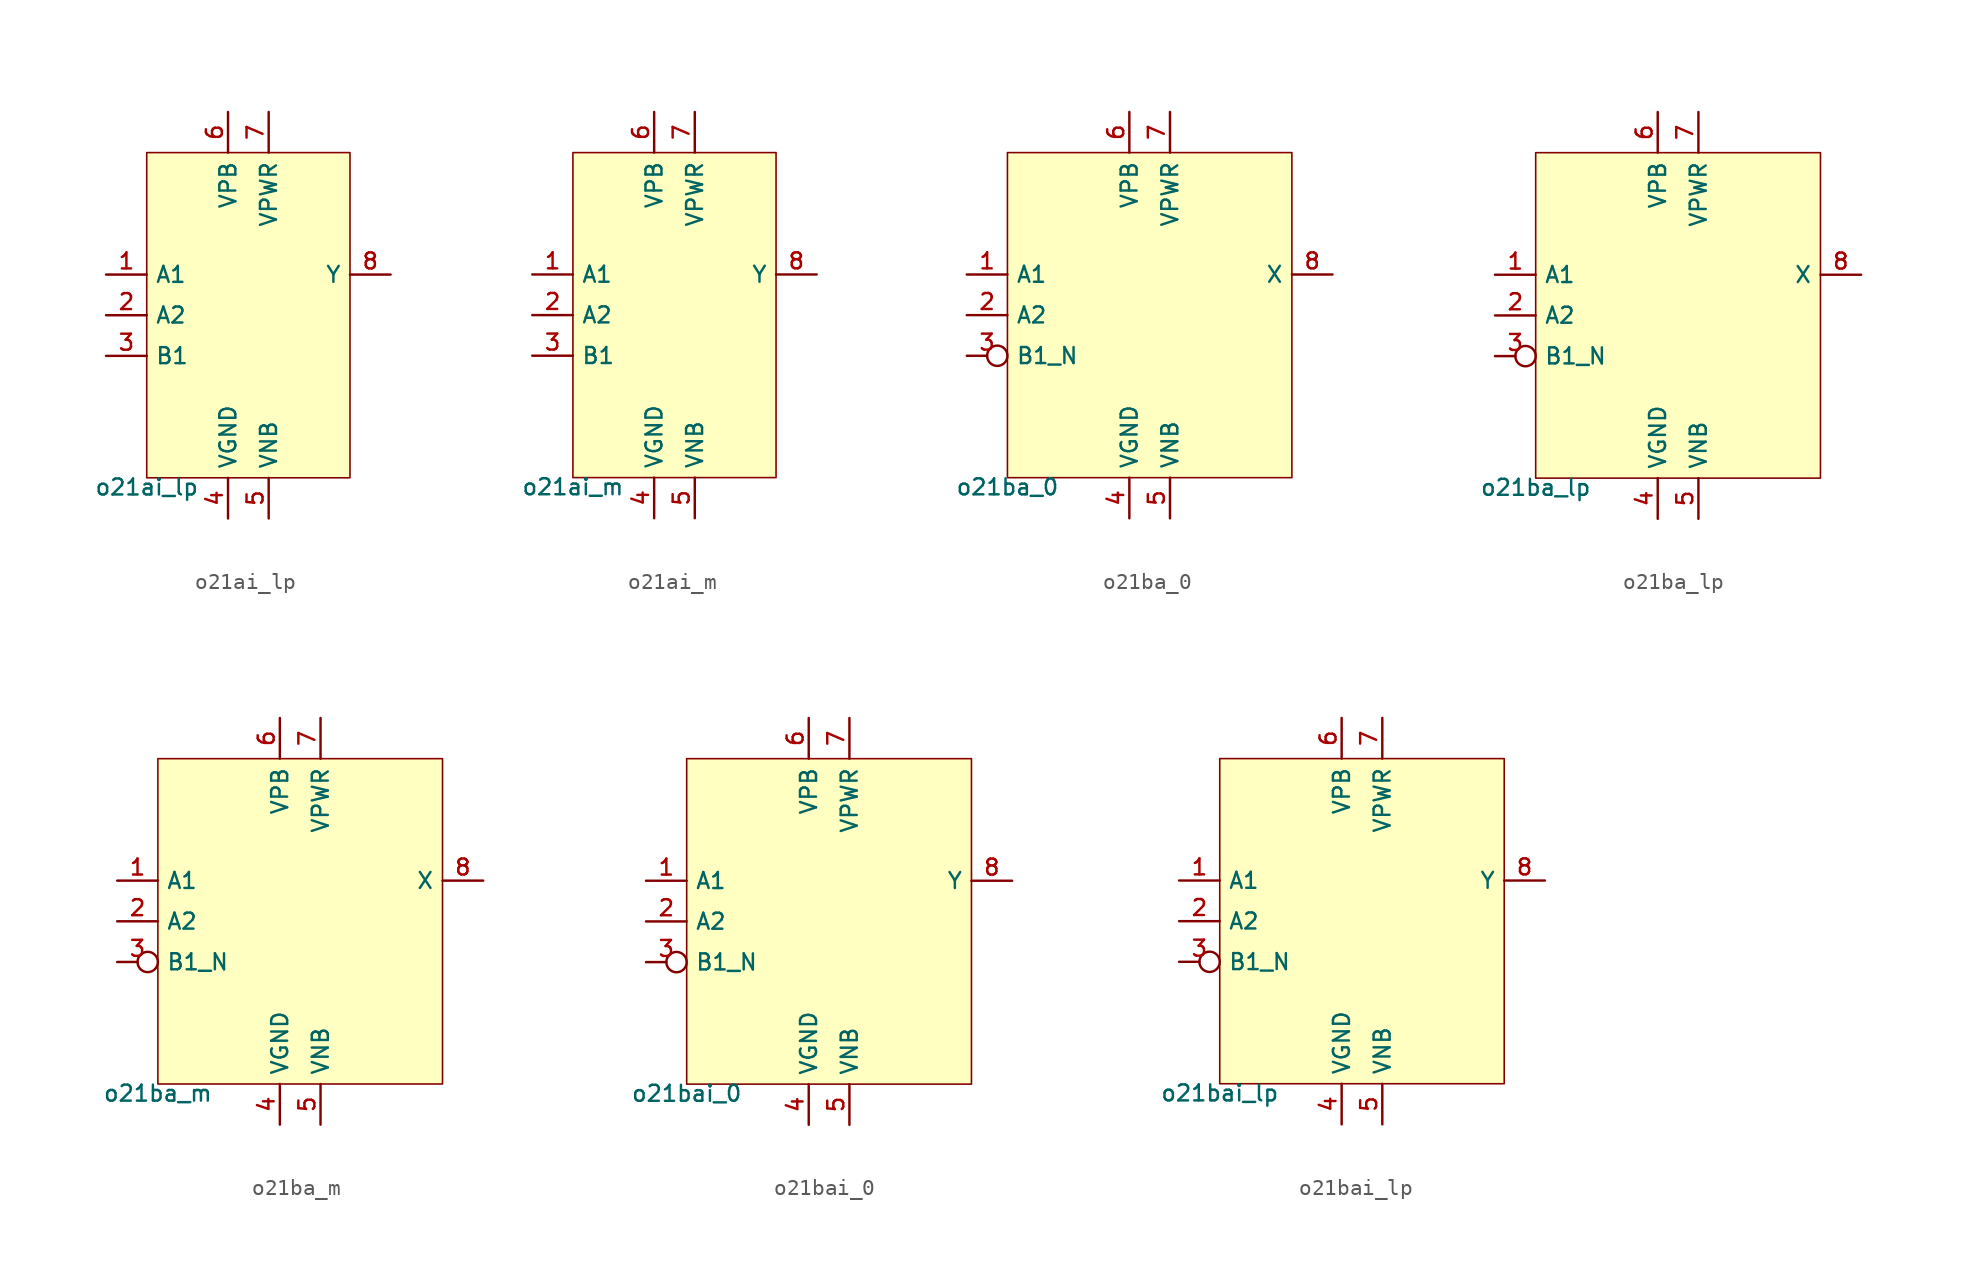
<source format=kicad_sym>
(kicad_symbol_lib
  (version 20211014)
  (generator pdk2kicad)
  (symbol "o21ai_lp"
    (property "Reference" "X"
      (at 0 0 0)
      (effects (font (size 1 1)) hide))
    (property "Value" "o21ai_lp"
      (at -6.35 -10.16 0)
      (effects (font (size 1 1)) (justify top)))
    (rectangle
      (start -6.35 -10.16)
      (end 6.35 10.16)
      (stroke (width 0.1) (type solid) (color 0 0 0 0))
      (fill (type background)))
    (pin input line
      (at -8.89 2.54 0)
      (length 2.54)
      (name "A1" (effects (font (size 1 1)) hide))
      (number "1" (effects (font (size 1 1)) hide)))
    (pin input line
      (at -8.89 0.0 0)
      (length 2.54)
      (name "A2" (effects (font (size 1 1)) hide))
      (number "2" (effects (font (size 1 1)) hide)))
    (pin input line
      (at -8.89 -2.54 0)
      (length 2.54)
      (name "B1" (effects (font (size 1 1)) hide))
      (number "3" (effects (font (size 1 1)) hide)))
    (pin power_in line
      (at -1.27 -12.7 90)
      (length 2.54)
      (name "VGND" (effects (font (size 1 1)) hide))
      (number "4" (effects (font (size 1 1)) hide)))
    (pin power_in line
      (at 1.27 -12.7 90)
      (length 2.54)
      (name "VNB" (effects (font (size 1 1)) hide))
      (number "5" (effects (font (size 1 1)) hide)))
    (pin power_in line
      (at -1.27 12.7 270)
      (length 2.54)
      (name "VPB" (effects (font (size 1 1)) hide))
      (number "6" (effects (font (size 1 1)) hide)))
    (pin power_in line
      (at 1.27 12.7 270)
      (length 2.54)
      (name "VPWR" (effects (font (size 1 1)) hide))
      (number "7" (effects (font (size 1 1)) hide)))
    (pin output line
      (at 8.89 2.54 180)
      (length 2.54)
      (name "Y" (effects (font (size 1 1)) hide))
      (number "8" (effects (font (size 1 1)) hide))))
  (symbol "o21ai_m"
    (property "Reference" "X"
      (at 0 0 0)
      (effects (font (size 1 1)) hide))
    (property "Value" "o21ai_m"
      (at -6.35 -10.16 0)
      (effects (font (size 1 1)) (justify top)))
    (rectangle
      (start -6.35 -10.16)
      (end 6.35 10.16)
      (stroke (width 0.1) (type solid) (color 0 0 0 0))
      (fill (type background)))
    (pin input line
      (at -8.89 2.54 0)
      (length 2.54)
      (name "A1" (effects (font (size 1 1)) hide))
      (number "1" (effects (font (size 1 1)) hide)))
    (pin input line
      (at -8.89 0.0 0)
      (length 2.54)
      (name "A2" (effects (font (size 1 1)) hide))
      (number "2" (effects (font (size 1 1)) hide)))
    (pin input line
      (at -8.89 -2.54 0)
      (length 2.54)
      (name "B1" (effects (font (size 1 1)) hide))
      (number "3" (effects (font (size 1 1)) hide)))
    (pin power_in line
      (at -1.27 -12.7 90)
      (length 2.54)
      (name "VGND" (effects (font (size 1 1)) hide))
      (number "4" (effects (font (size 1 1)) hide)))
    (pin power_in line
      (at 1.27 -12.7 90)
      (length 2.54)
      (name "VNB" (effects (font (size 1 1)) hide))
      (number "5" (effects (font (size 1 1)) hide)))
    (pin power_in line
      (at -1.27 12.7 270)
      (length 2.54)
      (name "VPB" (effects (font (size 1 1)) hide))
      (number "6" (effects (font (size 1 1)) hide)))
    (pin power_in line
      (at 1.27 12.7 270)
      (length 2.54)
      (name "VPWR" (effects (font (size 1 1)) hide))
      (number "7" (effects (font (size 1 1)) hide)))
    (pin output line
      (at 8.89 2.54 180)
      (length 2.54)
      (name "Y" (effects (font (size 1 1)) hide))
      (number "8" (effects (font (size 1 1)) hide))))
  (symbol "o21ba_0"
    (property "Reference" "X"
      (at 0 0 0)
      (effects (font (size 1 1)) hide))
    (property "Value" "o21ba_0"
      (at -8.89 -10.16 0)
      (effects (font (size 1 1)) (justify top)))
    (rectangle
      (start -8.89 -10.16)
      (end 8.89 10.16)
      (stroke (width 0.1) (type solid) (color 0 0 0 0))
      (fill (type background)))
    (pin input line
      (at -11.43 2.54 0)
      (length 2.54)
      (name "A1" (effects (font (size 1 1)) hide))
      (number "1" (effects (font (size 1 1)) hide)))
    (pin input line
      (at -11.43 0.0 0)
      (length 2.54)
      (name "A2" (effects (font (size 1 1)) hide))
      (number "2" (effects (font (size 1 1)) hide)))
    (pin input inverted
      (at -11.43 -2.54 0)
      (length 2.54)
      (name "B1_N" (effects (font (size 1 1)) hide))
      (number "3" (effects (font (size 1 1)) hide)))
    (pin power_in line
      (at -1.27 -12.7 90)
      (length 2.54)
      (name "VGND" (effects (font (size 1 1)) hide))
      (number "4" (effects (font (size 1 1)) hide)))
    (pin power_in line
      (at 1.27 -12.7 90)
      (length 2.54)
      (name "VNB" (effects (font (size 1 1)) hide))
      (number "5" (effects (font (size 1 1)) hide)))
    (pin power_in line
      (at -1.27 12.7 270)
      (length 2.54)
      (name "VPB" (effects (font (size 1 1)) hide))
      (number "6" (effects (font (size 1 1)) hide)))
    (pin power_in line
      (at 1.27 12.7 270)
      (length 2.54)
      (name "VPWR" (effects (font (size 1 1)) hide))
      (number "7" (effects (font (size 1 1)) hide)))
    (pin output line
      (at 11.43 2.54 180)
      (length 2.54)
      (name "X" (effects (font (size 1 1)) hide))
      (number "8" (effects (font (size 1 1)) hide))))
  (symbol "o21ba_lp"
    (property "Reference" "X"
      (at 0 0 0)
      (effects (font (size 1 1)) hide))
    (property "Value" "o21ba_lp"
      (at -8.89 -10.16 0)
      (effects (font (size 1 1)) (justify top)))
    (rectangle
      (start -8.89 -10.16)
      (end 8.89 10.16)
      (stroke (width 0.1) (type solid) (color 0 0 0 0))
      (fill (type background)))
    (pin input line
      (at -11.43 2.54 0)
      (length 2.54)
      (name "A1" (effects (font (size 1 1)) hide))
      (number "1" (effects (font (size 1 1)) hide)))
    (pin input line
      (at -11.43 0.0 0)
      (length 2.54)
      (name "A2" (effects (font (size 1 1)) hide))
      (number "2" (effects (font (size 1 1)) hide)))
    (pin input inverted
      (at -11.43 -2.54 0)
      (length 2.54)
      (name "B1_N" (effects (font (size 1 1)) hide))
      (number "3" (effects (font (size 1 1)) hide)))
    (pin power_in line
      (at -1.27 -12.7 90)
      (length 2.54)
      (name "VGND" (effects (font (size 1 1)) hide))
      (number "4" (effects (font (size 1 1)) hide)))
    (pin power_in line
      (at 1.27 -12.7 90)
      (length 2.54)
      (name "VNB" (effects (font (size 1 1)) hide))
      (number "5" (effects (font (size 1 1)) hide)))
    (pin power_in line
      (at -1.27 12.7 270)
      (length 2.54)
      (name "VPB" (effects (font (size 1 1)) hide))
      (number "6" (effects (font (size 1 1)) hide)))
    (pin power_in line
      (at 1.27 12.7 270)
      (length 2.54)
      (name "VPWR" (effects (font (size 1 1)) hide))
      (number "7" (effects (font (size 1 1)) hide)))
    (pin output line
      (at 11.43 2.54 180)
      (length 2.54)
      (name "X" (effects (font (size 1 1)) hide))
      (number "8" (effects (font (size 1 1)) hide))))
  (symbol "o21ba_m"
    (property "Reference" "X"
      (at 0 0 0)
      (effects (font (size 1 1)) hide))
    (property "Value" "o21ba_m"
      (at -8.89 -10.16 0)
      (effects (font (size 1 1)) (justify top)))
    (rectangle
      (start -8.89 -10.16)
      (end 8.89 10.16)
      (stroke (width 0.1) (type solid) (color 0 0 0 0))
      (fill (type background)))
    (pin input line
      (at -11.43 2.54 0)
      (length 2.54)
      (name "A1" (effects (font (size 1 1)) hide))
      (number "1" (effects (font (size 1 1)) hide)))
    (pin input line
      (at -11.43 0.0 0)
      (length 2.54)
      (name "A2" (effects (font (size 1 1)) hide))
      (number "2" (effects (font (size 1 1)) hide)))
    (pin input inverted
      (at -11.43 -2.54 0)
      (length 2.54)
      (name "B1_N" (effects (font (size 1 1)) hide))
      (number "3" (effects (font (size 1 1)) hide)))
    (pin power_in line
      (at -1.27 -12.7 90)
      (length 2.54)
      (name "VGND" (effects (font (size 1 1)) hide))
      (number "4" (effects (font (size 1 1)) hide)))
    (pin power_in line
      (at 1.27 -12.7 90)
      (length 2.54)
      (name "VNB" (effects (font (size 1 1)) hide))
      (number "5" (effects (font (size 1 1)) hide)))
    (pin power_in line
      (at -1.27 12.7 270)
      (length 2.54)
      (name "VPB" (effects (font (size 1 1)) hide))
      (number "6" (effects (font (size 1 1)) hide)))
    (pin power_in line
      (at 1.27 12.7 270)
      (length 2.54)
      (name "VPWR" (effects (font (size 1 1)) hide))
      (number "7" (effects (font (size 1 1)) hide)))
    (pin output line
      (at 11.43 2.54 180)
      (length 2.54)
      (name "X" (effects (font (size 1 1)) hide))
      (number "8" (effects (font (size 1 1)) hide))))
  (symbol "o21bai_0"
    (property "Reference" "X"
      (at 0 0 0)
      (effects (font (size 1 1)) hide))
    (property "Value" "o21bai_0"
      (at -8.89 -10.16 0)
      (effects (font (size 1 1)) (justify top)))
    (rectangle
      (start -8.89 -10.16)
      (end 8.89 10.16)
      (stroke (width 0.1) (type solid) (color 0 0 0 0))
      (fill (type background)))
    (pin input line
      (at -11.43 2.54 0)
      (length 2.54)
      (name "A1" (effects (font (size 1 1)) hide))
      (number "1" (effects (font (size 1 1)) hide)))
    (pin input line
      (at -11.43 0.0 0)
      (length 2.54)
      (name "A2" (effects (font (size 1 1)) hide))
      (number "2" (effects (font (size 1 1)) hide)))
    (pin input inverted
      (at -11.43 -2.54 0)
      (length 2.54)
      (name "B1_N" (effects (font (size 1 1)) hide))
      (number "3" (effects (font (size 1 1)) hide)))
    (pin power_in line
      (at -1.27 -12.7 90)
      (length 2.54)
      (name "VGND" (effects (font (size 1 1)) hide))
      (number "4" (effects (font (size 1 1)) hide)))
    (pin power_in line
      (at 1.27 -12.7 90)
      (length 2.54)
      (name "VNB" (effects (font (size 1 1)) hide))
      (number "5" (effects (font (size 1 1)) hide)))
    (pin power_in line
      (at -1.27 12.7 270)
      (length 2.54)
      (name "VPB" (effects (font (size 1 1)) hide))
      (number "6" (effects (font (size 1 1)) hide)))
    (pin power_in line
      (at 1.27 12.7 270)
      (length 2.54)
      (name "VPWR" (effects (font (size 1 1)) hide))
      (number "7" (effects (font (size 1 1)) hide)))
    (pin output line
      (at 11.43 2.54 180)
      (length 2.54)
      (name "Y" (effects (font (size 1 1)) hide))
      (number "8" (effects (font (size 1 1)) hide))))
  (symbol "o21bai_lp"
    (property "Reference" "X"
      (at 0 0 0)
      (effects (font (size 1 1)) hide))
    (property "Value" "o21bai_lp"
      (at -8.89 -10.16 0)
      (effects (font (size 1 1)) (justify top)))
    (rectangle
      (start -8.89 -10.16)
      (end 8.89 10.16)
      (stroke (width 0.1) (type solid) (color 0 0 0 0))
      (fill (type background)))
    (pin input line
      (at -11.43 2.54 0)
      (length 2.54)
      (name "A1" (effects (font (size 1 1)) hide))
      (number "1" (effects (font (size 1 1)) hide)))
    (pin input line
      (at -11.43 0.0 0)
      (length 2.54)
      (name "A2" (effects (font (size 1 1)) hide))
      (number "2" (effects (font (size 1 1)) hide)))
    (pin input inverted
      (at -11.43 -2.54 0)
      (length 2.54)
      (name "B1_N" (effects (font (size 1 1)) hide))
      (number "3" (effects (font (size 1 1)) hide)))
    (pin power_in line
      (at -1.27 -12.7 90)
      (length 2.54)
      (name "VGND" (effects (font (size 1 1)) hide))
      (number "4" (effects (font (size 1 1)) hide)))
    (pin power_in line
      (at 1.27 -12.7 90)
      (length 2.54)
      (name "VNB" (effects (font (size 1 1)) hide))
      (number "5" (effects (font (size 1 1)) hide)))
    (pin power_in line
      (at -1.27 12.7 270)
      (length 2.54)
      (name "VPB" (effects (font (size 1 1)) hide))
      (number "6" (effects (font (size 1 1)) hide)))
    (pin power_in line
      (at 1.27 12.7 270)
      (length 2.54)
      (name "VPWR" (effects (font (size 1 1)) hide))
      (number "7" (effects (font (size 1 1)) hide)))
    (pin output line
      (at 11.43 2.54 180)
      (length 2.54)
      (name "Y" (effects (font (size 1 1)) hide))
      (number "8" (effects (font (size 1 1)) hide)))))
</source>
